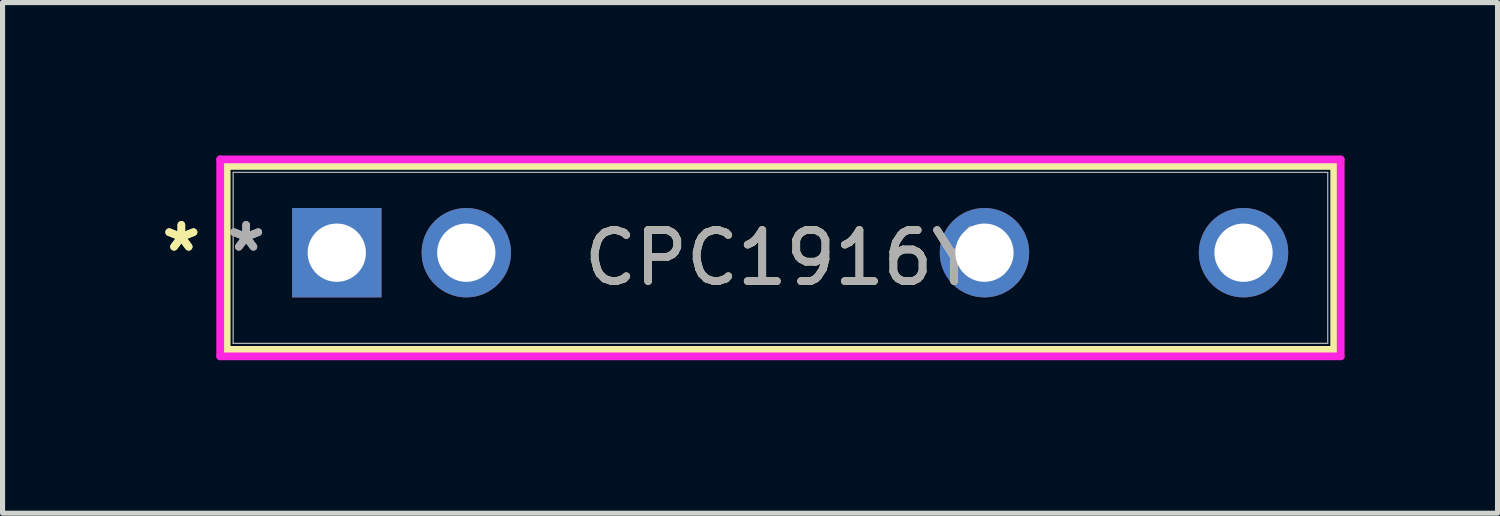
<source format=kicad_pcb>
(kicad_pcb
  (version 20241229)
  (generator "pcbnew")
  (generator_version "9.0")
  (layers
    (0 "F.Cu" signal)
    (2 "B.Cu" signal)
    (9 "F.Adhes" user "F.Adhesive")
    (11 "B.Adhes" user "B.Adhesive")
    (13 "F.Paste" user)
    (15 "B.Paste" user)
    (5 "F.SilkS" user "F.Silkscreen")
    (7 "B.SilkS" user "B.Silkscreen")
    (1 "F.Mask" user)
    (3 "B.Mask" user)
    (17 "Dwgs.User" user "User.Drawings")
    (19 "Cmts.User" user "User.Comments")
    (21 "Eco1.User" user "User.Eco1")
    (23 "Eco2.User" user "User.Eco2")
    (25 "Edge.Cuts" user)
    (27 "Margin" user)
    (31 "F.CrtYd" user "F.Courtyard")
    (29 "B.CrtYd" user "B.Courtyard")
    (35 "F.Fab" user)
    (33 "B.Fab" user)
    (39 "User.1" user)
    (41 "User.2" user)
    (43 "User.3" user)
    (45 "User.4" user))
  (footprint "CPC1916Y"
    (layer "F.Cu")
    (at 3.554 1.905)
    (property "Reference" "CPC1916Y" (at 8.7 0.102 0) (unlocked yes) (layer "F.SilkS") (effects (font (size 1 1) (thickness 0.15))))
    (attr through_hole)
    (fp_line (start -2.159 -1.702) (end -2.159 1.905) (stroke (width 0.152) (type solid)) (layer "F.SilkS"))
    (fp_line (start -2.159 1.905) (end 19.558 1.905) (stroke (width 0.152) (type solid)) (layer "F.SilkS"))
    (fp_line (start 19.558 -1.702) (end -2.159 -1.702) (stroke (width 0.152) (type solid)) (layer "F.SilkS"))
    (fp_line (start 19.558 1.905) (end 19.558 -1.702) (stroke (width 0.152) (type solid)) (layer "F.SilkS"))
    (fp_line (start -2.286 -1.829) (end 19.685 -1.829) (stroke (width 0.152) (type solid)) (layer "F.CrtYd"))
    (fp_line (start -2.286 2.032) (end -2.286 -1.829) (stroke (width 0.152) (type solid)) (layer "F.CrtYd"))
    (fp_line (start 19.685 -1.829) (end 19.685 2.032) (stroke (width 0.152) (type solid)) (layer "F.CrtYd"))
    (fp_line (start 19.685 2.032) (end -2.286 2.032) (stroke (width 0.152) (type solid)) (layer "F.CrtYd"))
    (fp_line (start -2.032 -1.575) (end -2.032 1.778) (stroke (width 0.025) (type solid)) (layer "F.Fab"))
    (fp_line (start -2.032 1.778) (end 19.431 1.778) (stroke (width 0.025) (type solid)) (layer "F.Fab"))
    (fp_line (start 19.431 -1.575) (end -2.032 -1.575) (stroke (width 0.025) (type solid)) (layer "F.Fab"))
    (fp_line (start 19.431 1.778) (end 19.431 -1.575) (stroke (width 0.025) (type solid)) (layer "F.Fab"))
    (fp_text user "*" (at -3.048 0 0) (layer "F.SilkS") (effects (font (size 1 1) (thickness 0.15))))
    (fp_text user "*" (at -3.048 0 0) (unlocked yes) (layer "F.SilkS") (effects (font (size 1 1) (thickness 0.15))))
    (fp_text user "*" (at -1.778 0 0) (layer "F.Fab") (effects (font (size 1 1) (thickness 0.15))))
    (fp_text user "*" (at -1.778 0 0) (unlocked yes) (layer "F.Fab") (effects (font (size 1 1) (thickness 0.15))))
    (fp_text user "${REFERENCE}" (at 8.7 0.102 0) (unlocked yes) (layer "F.Fab") (effects (font (size 1 1) (thickness 0.15))))
    (pad "1" thru_hole rect (at 0 0) (size 1.753 1.753) (drill 1.143) (layers "*.Cu" "*.Mask"))
    (pad "2" thru_hole circle (at 2.54 0) (size 1.753 1.753) (drill 1.143) (layers "*.Cu" "*.Mask"))
    (pad "3" thru_hole circle (at 12.7 0) (size 1.753 1.753) (drill 1.143) (layers "*.Cu" "*.Mask"))
    (pad "4" thru_hole circle (at 17.78 0) (size 1.753 1.753) (drill 1.143) (layers "*.Cu" "*.Mask")))
  (gr_rect
    (start -3 -3)
    (end 26.315 7.013)
    (stroke (width 0.1) (type default))
    (fill no)
    (layer "Edge.Cuts")))
</source>
